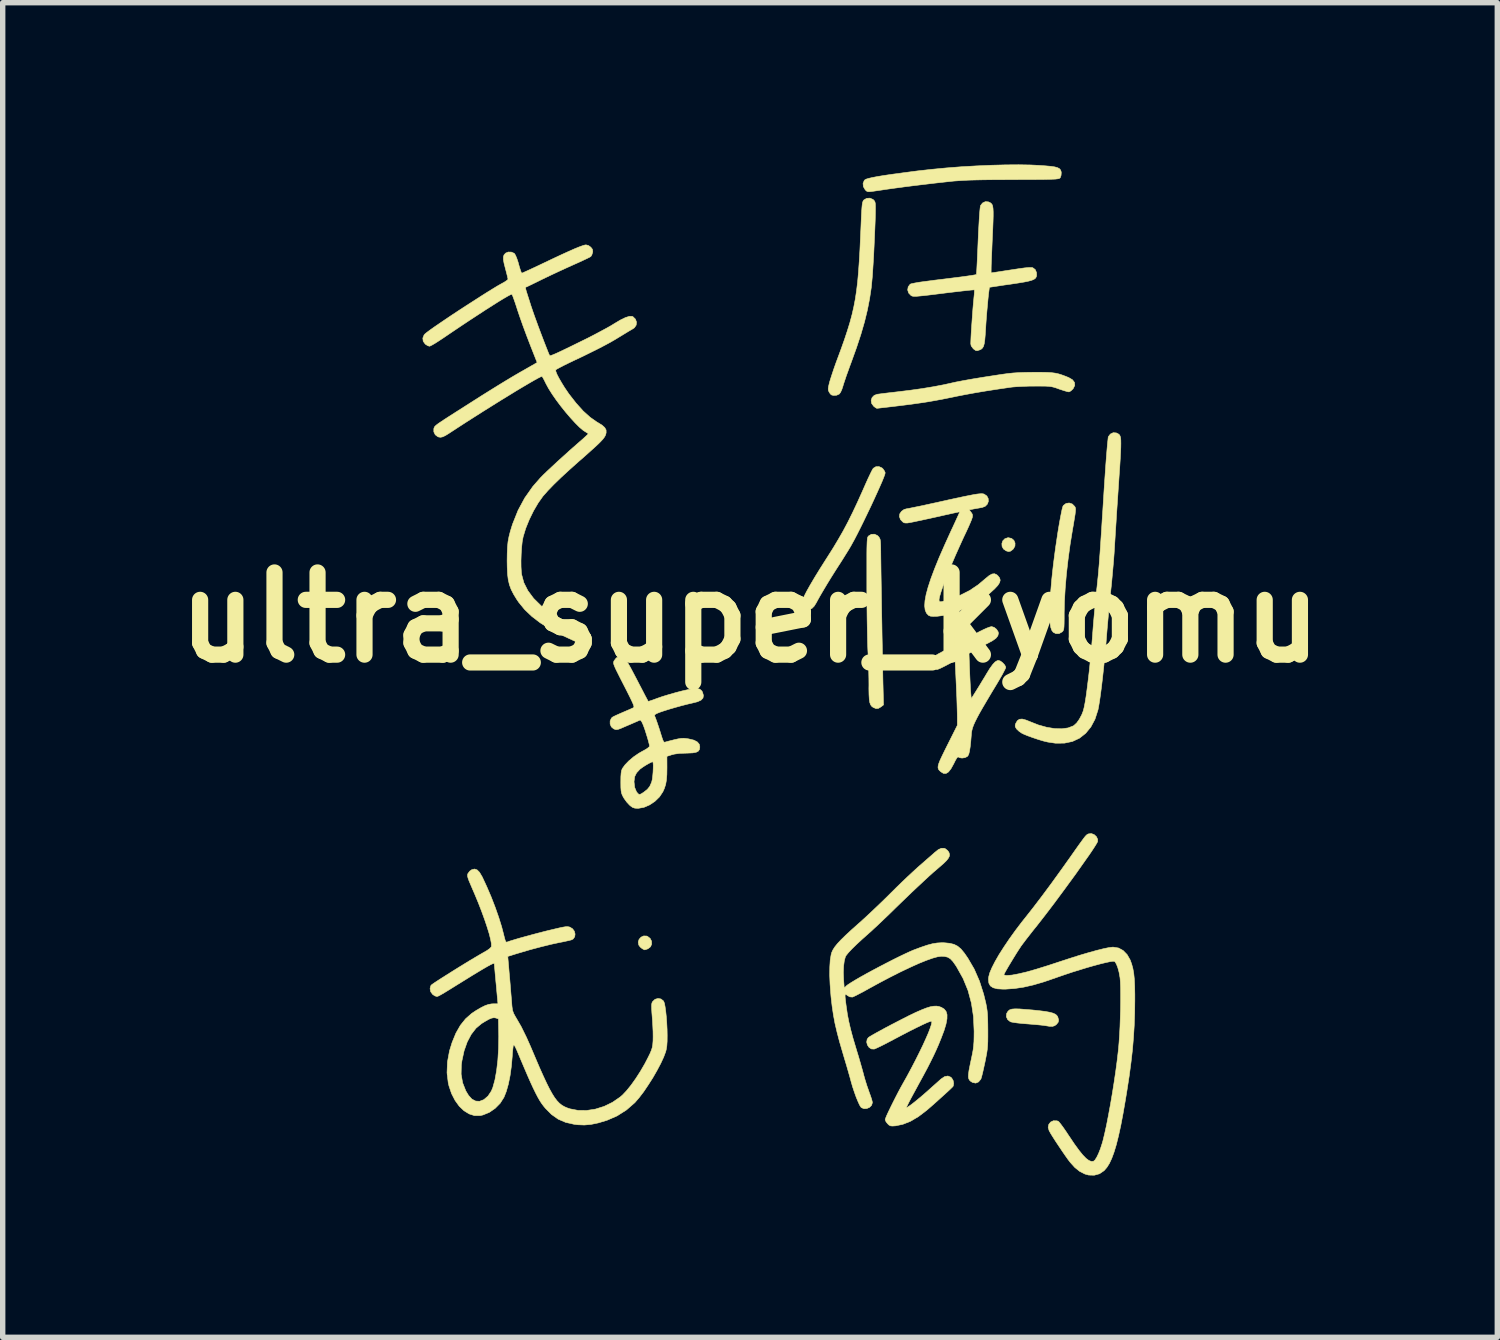
<source format=kicad_pcb>
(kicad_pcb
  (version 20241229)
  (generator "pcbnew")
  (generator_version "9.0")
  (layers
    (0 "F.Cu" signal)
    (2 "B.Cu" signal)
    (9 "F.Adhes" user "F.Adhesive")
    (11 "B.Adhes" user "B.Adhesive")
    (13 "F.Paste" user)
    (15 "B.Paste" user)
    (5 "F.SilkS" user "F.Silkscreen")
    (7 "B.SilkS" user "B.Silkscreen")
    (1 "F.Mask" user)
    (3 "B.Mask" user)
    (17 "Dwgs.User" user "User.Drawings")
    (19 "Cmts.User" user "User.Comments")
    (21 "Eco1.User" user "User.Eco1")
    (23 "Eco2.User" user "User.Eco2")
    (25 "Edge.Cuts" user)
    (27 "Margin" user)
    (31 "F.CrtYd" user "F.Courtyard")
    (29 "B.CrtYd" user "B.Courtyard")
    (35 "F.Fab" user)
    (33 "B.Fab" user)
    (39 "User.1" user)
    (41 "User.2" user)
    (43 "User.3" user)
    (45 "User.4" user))
  (footprint "ultra_super_kyomu"
    (layer "F.Cu")
    (at 10.857 8.399)
    (property "Reference" "ultra_super_kyomu" (at 0 0 0) (layer "F.SilkS") (effects (font (size 1.524 1.524) (thickness 0.3))))
    (attr through_hole)
    (fp_poly (pts (xy 4.851 -1.465) (xy 4.893 -1.429) (xy 4.914 -1.379) (xy 4.912 -1.324) (xy 4.883 -1.272) (xy 4.87 -1.259) (xy 4.829 -1.229) (xy 4.793 -1.222) (xy 4.749 -1.235) (xy 4.699 -1.27) (xy 4.673 -1.318) (xy 4.67 -1.371) (xy 4.687 -1.421) (xy 4.724 -1.459) (xy 4.778 -1.478) (xy 4.792 -1.479) (xy 4.851 -1.465)) (stroke (width 0.01) (type solid)) (fill yes) (layer "F.SilkS"))
    (fp_poly (pts (xy -1.917 5.907) (xy -1.901 5.913) (xy -1.852 5.951) (xy -1.826 6.002) (xy -1.824 6.057) (xy -1.845 6.106) (xy -1.89 6.141) (xy -1.9 6.146) (xy -1.936 6.158) (xy -1.954 6.163) (xy -1.954 6.163) (xy -1.969 6.157) (xy -1.998 6.142) (xy -2.037 6.11) (xy -2.063 6.074) (xy -2.073 6.019) (xy -2.057 5.968) (xy -2.021 5.928) (xy -1.972 5.905) (xy -1.917 5.907)) (stroke (width 0.01) (type solid)) (fill yes) (layer "F.SilkS"))
    (fp_poly (pts (xy 5 7.259) (xy 5.073 7.265) (xy 5.236 7.278) (xy 5.368 7.292) (xy 5.473 7.305) (xy 5.555 7.32) (xy 5.615 7.336) (xy 5.658 7.355) (xy 5.686 7.376) (xy 5.704 7.402) (xy 5.707 7.41) (xy 5.722 7.464) (xy 5.714 7.505) (xy 5.682 7.545) (xy 5.648 7.57) (xy 5.608 7.582) (xy 5.552 7.581) (xy 5.478 7.569) (xy 5.438 7.563) (xy 5.371 7.556) (xy 5.286 7.548) (xy 5.191 7.54) (xy 5.139 7.536) (xy 5.044 7.528) (xy 4.957 7.519) (xy 4.887 7.509) (xy 4.84 7.5) (xy 4.826 7.495) (xy 4.777 7.456) (xy 4.753 7.404) (xy 4.757 7.347) (xy 4.762 7.337) (xy 4.784 7.301) (xy 4.813 7.276) (xy 4.855 7.262) (xy 4.915 7.257) (xy 5 7.259)) (stroke (width 0.01) (type solid)) (fill yes) (layer "F.SilkS"))
    (fp_poly (pts (xy 5.975 -2.104) (xy 6.02 -2.059) (xy 6.029 -2.044) (xy 6.034 -2.026) (xy 6.036 -2.001) (xy 6.033 -1.964) (xy 6.027 -1.91) (xy 6.015 -1.837) (xy 5.999 -1.738) (xy 5.978 -1.618) (xy 5.934 -1.346) (xy 5.897 -1.072) (xy 5.866 -0.8) (xy 5.844 -0.54) (xy 5.83 -0.297) (xy 5.825 -0.083) (xy 5.825 0.027) (xy 5.824 0.109) (xy 5.822 0.167) (xy 5.818 0.206) (xy 5.812 0.232) (xy 5.803 0.25) (xy 5.79 0.264) (xy 5.786 0.268) (xy 5.731 0.299) (xy 5.67 0.299) (xy 5.622 0.274) (xy 5.596 0.24) (xy 5.576 0.184) (xy 5.563 0.105) (xy 5.557 0.000282) (xy 5.556 -0.131) (xy 5.563 -0.29) (xy 5.575 -0.479) (xy 5.594 -0.7) (xy 5.597 -0.729) (xy 5.611 -0.859) (xy 5.627 -1) (xy 5.646 -1.147) (xy 5.666 -1.297) (xy 5.688 -1.444) (xy 5.709 -1.585) (xy 5.731 -1.717) (xy 5.752 -1.834) (xy 5.771 -1.933) (xy 5.787 -2.009) (xy 5.801 -2.059) (xy 5.81 -2.076) (xy 5.86 -2.114) (xy 5.918 -2.123) (xy 5.975 -2.104)) (stroke (width 0.01) (type solid)) (fill yes) (layer "F.SilkS"))
    (fp_poly (pts (xy 2.446 -2.773) (xy 2.466 -2.754) (xy 2.493 -2.715) (xy 2.506 -2.683) (xy 2.506 -2.681) (xy 2.499 -2.651) (xy 2.478 -2.594) (xy 2.446 -2.516) (xy 2.403 -2.418) (xy 2.353 -2.307) (xy 2.297 -2.184) (xy 2.237 -2.055) (xy 2.174 -1.924) (xy 2.111 -1.793) (xy 2.049 -1.667) (xy 1.99 -1.55) (xy 1.936 -1.446) (xy 1.888 -1.359) (xy 1.867 -1.321) (xy 1.824 -1.249) (xy 1.769 -1.161) (xy 1.71 -1.066) (xy 1.653 -0.977) (xy 1.652 -0.976) (xy 1.581 -0.865) (xy 1.506 -0.746) (xy 1.433 -0.627) (xy 1.365 -0.513) (xy 1.305 -0.411) (xy 1.257 -0.326) (xy 1.23 -0.275) (xy 1.189 -0.209) (xy 1.147 -0.167) (xy 1.109 -0.154) (xy 1.106 -0.155) (xy 1.08 -0.16) (xy 1.054 -0.164) (xy 1.01 -0.188) (xy 0.977 -0.233) (xy 0.965 -0.284) (xy 0.975 -0.326) (xy 1.004 -0.394) (xy 1.051 -0.487) (xy 1.117 -0.604) (xy 1.199 -0.743) (xy 1.298 -0.904) (xy 1.412 -1.084) (xy 1.439 -1.126) (xy 1.544 -1.292) (xy 1.639 -1.451) (xy 1.729 -1.608) (xy 1.815 -1.77) (xy 1.901 -1.943) (xy 1.99 -2.132) (xy 2.085 -2.343) (xy 2.142 -2.472) (xy 2.182 -2.562) (xy 2.22 -2.642) (xy 2.252 -2.708) (xy 2.276 -2.752) (xy 2.287 -2.767) (xy 2.335 -2.796) (xy 2.392 -2.797) (xy 2.446 -2.773)) (stroke (width 0.01) (type solid)) (fill yes) (layer "F.SilkS"))
    (fp_poly (pts (xy 2.364 -1.518) (xy 2.382 -1.5) (xy 2.401 -1.474) (xy 2.413 -1.445) (xy 2.419 -1.403) (xy 2.422 -1.341) (xy 2.423 -1.299) (xy 2.424 -1.221) (xy 2.425 -1.113) (xy 2.427 -0.98) (xy 2.429 -0.825) (xy 2.432 -0.652) (xy 2.435 -0.467) (xy 2.438 -0.272) (xy 2.441 -0.072) (xy 2.445 0.129) (xy 2.448 0.328) (xy 2.452 0.518) (xy 2.455 0.698) (xy 2.458 0.862) (xy 2.461 1.007) (xy 2.463 1.128) (xy 2.465 1.222) (xy 2.466 1.255) (xy 2.475 1.621) (xy 2.429 1.657) (xy 2.38 1.686) (xy 2.335 1.689) (xy 2.283 1.667) (xy 2.256 1.647) (xy 2.235 1.618) (xy 2.22 1.575) (xy 2.211 1.514) (xy 2.206 1.43) (xy 2.204 1.32) (xy 2.205 1.253) (xy 2.204 1.136) (xy 2.201 0.998) (xy 2.197 0.855) (xy 2.191 0.719) (xy 2.188 0.66) (xy 2.184 0.581) (xy 2.18 0.473) (xy 2.177 0.34) (xy 2.174 0.187) (xy 2.171 0.019) (xy 2.169 -0.159) (xy 2.167 -0.344) (xy 2.166 -0.529) (xy 2.166 -0.565) (xy 2.166 -0.764) (xy 2.166 -0.932) (xy 2.166 -1.071) (xy 2.166 -1.185) (xy 2.167 -1.276) (xy 2.169 -1.347) (xy 2.171 -1.401) (xy 2.174 -1.44) (xy 2.177 -1.468) (xy 2.182 -1.487) (xy 2.188 -1.499) (xy 2.195 -1.508) (xy 2.199 -1.512) (xy 2.25 -1.542) (xy 2.309 -1.544) (xy 2.364 -1.518)) (stroke (width 0.01) (type solid)) (fill yes) (layer "F.SilkS"))
    (fp_poly (pts (xy 5.206 -8.39) (xy 5.347 -8.383) (xy 5.477 -8.374) (xy 5.578 -8.365) (xy 5.652 -8.354) (xy 5.704 -8.339) (xy 5.739 -8.32) (xy 5.759 -8.295) (xy 5.769 -8.264) (xy 5.771 -8.246) (xy 5.767 -8.196) (xy 5.753 -8.156) (xy 5.752 -8.154) (xy 5.745 -8.147) (xy 5.736 -8.141) (xy 5.72 -8.136) (xy 5.695 -8.132) (xy 5.659 -8.128) (xy 5.608 -8.126) (xy 5.539 -8.124) (xy 5.451 -8.122) (xy 5.339 -8.121) (xy 5.201 -8.12) (xy 5.034 -8.12) (xy 4.883 -8.119) (xy 4.667 -8.118) (xy 4.48 -8.117) (xy 4.32 -8.115) (xy 4.183 -8.112) (xy 4.064 -8.109) (xy 3.96 -8.104) (xy 3.867 -8.098) (xy 3.782 -8.092) (xy 3.742 -8.088) (xy 3.595 -8.072) (xy 3.424 -8.053) (xy 3.239 -8.031) (xy 3.048 -8.008) (xy 2.859 -7.984) (xy 2.681 -7.96) (xy 2.523 -7.938) (xy 2.432 -7.924) (xy 2.335 -7.91) (xy 2.266 -7.9) (xy 2.219 -7.895) (xy 2.189 -7.895) (xy 2.169 -7.901) (xy 2.153 -7.912) (xy 2.137 -7.929) (xy 2.134 -7.933) (xy 2.102 -7.988) (xy 2.096 -8.048) (xy 2.118 -8.102) (xy 2.128 -8.113) (xy 2.152 -8.127) (xy 2.197 -8.141) (xy 2.266 -8.157) (xy 2.36 -8.175) (xy 2.481 -8.195) (xy 2.63 -8.217) (xy 2.809 -8.241) (xy 3.02 -8.269) (xy 3.106 -8.28) (xy 3.366 -8.309) (xy 3.638 -8.335) (xy 3.917 -8.357) (xy 4.197 -8.373) (xy 4.472 -8.385) (xy 4.736 -8.392) (xy 4.982 -8.394) (xy 5.206 -8.39)) (stroke (width 0.01) (type solid)) (fill yes) (layer "F.SilkS"))
    (fp_poly (pts (xy 2.28 -7.751) (xy 2.291 -7.741) (xy 2.307 -7.723) (xy 2.317 -7.703) (xy 2.323 -7.673) (xy 2.325 -7.627) (xy 2.325 -7.558) (xy 2.324 -7.488) (xy 2.321 -7.363) (xy 2.315 -7.214) (xy 2.308 -7.048) (xy 2.3 -6.874) (xy 2.292 -6.703) (xy 2.282 -6.541) (xy 2.273 -6.399) (xy 2.268 -6.325) (xy 2.248 -6.116) (xy 2.217 -5.91) (xy 2.176 -5.7) (xy 2.123 -5.482) (xy 2.056 -5.251) (xy 1.974 -5.002) (xy 1.876 -4.73) (xy 1.858 -4.682) (xy 1.822 -4.582) (xy 1.786 -4.483) (xy 1.756 -4.393) (xy 1.732 -4.322) (xy 1.724 -4.293) (xy 1.703 -4.229) (xy 1.679 -4.176) (xy 1.657 -4.145) (xy 1.656 -4.144) (xy 1.607 -4.121) (xy 1.547 -4.117) (xy 1.511 -4.126) (xy 1.488 -4.146) (xy 1.465 -4.182) (xy 1.453 -4.21) (xy 1.45 -4.239) (xy 1.455 -4.279) (xy 1.469 -4.339) (xy 1.475 -4.363) (xy 1.493 -4.423) (xy 1.52 -4.507) (xy 1.553 -4.606) (xy 1.59 -4.711) (xy 1.62 -4.792) (xy 1.691 -4.984) (xy 1.753 -5.159) (xy 1.806 -5.319) (xy 1.852 -5.469) (xy 1.891 -5.614) (xy 1.924 -5.758) (xy 1.952 -5.904) (xy 1.975 -6.058) (xy 1.995 -6.222) (xy 2.011 -6.402) (xy 2.025 -6.601) (xy 2.038 -6.824) (xy 2.049 -7.075) (xy 2.055 -7.201) (xy 2.061 -7.345) (xy 2.066 -7.46) (xy 2.071 -7.548) (xy 2.076 -7.613) (xy 2.081 -7.661) (xy 2.087 -7.693) (xy 2.094 -7.715) (xy 2.102 -7.73) (xy 2.112 -7.742) (xy 2.164 -7.772) (xy 2.224 -7.775) (xy 2.28 -7.751)) (stroke (width 0.01) (type solid)) (fill yes) (layer "F.SilkS"))
    (fp_poly (pts (xy 5.405 -4.546) (xy 5.508 -4.544) (xy 5.591 -4.539) (xy 5.66 -4.53) (xy 5.723 -4.516) (xy 5.786 -4.496) (xy 5.856 -4.47) (xy 5.911 -4.447) (xy 5.979 -4.407) (xy 6.016 -4.358) (xy 6.021 -4.303) (xy 5.993 -4.245) (xy 5.986 -4.236) (xy 5.95 -4.202) (xy 5.918 -4.184) (xy 5.911 -4.183) (xy 5.883 -4.188) (xy 5.831 -4.203) (xy 5.766 -4.224) (xy 5.73 -4.236) (xy 5.675 -4.256) (xy 5.629 -4.27) (xy 5.585 -4.28) (xy 5.536 -4.286) (xy 5.476 -4.289) (xy 5.396 -4.29) (xy 5.29 -4.29) (xy 5.283 -4.29) (xy 5.173 -4.289) (xy 5.063 -4.285) (xy 4.962 -4.28) (xy 4.879 -4.274) (xy 4.843 -4.27) (xy 4.596 -4.234) (xy 4.377 -4.2) (xy 4.18 -4.167) (xy 3.999 -4.134) (xy 3.829 -4.101) (xy 3.802 -4.095) (xy 3.62 -4.058) (xy 3.457 -4.027) (xy 3.305 -4) (xy 3.153 -3.977) (xy 2.991 -3.954) (xy 2.809 -3.931) (xy 2.726 -3.921) (xy 2.618 -3.908) (xy 2.523 -3.897) (xy 2.443 -3.888) (xy 2.385 -3.881) (xy 2.354 -3.878) (xy 2.35 -3.878) (xy 2.331 -3.888) (xy 2.298 -3.912) (xy 2.293 -3.917) (xy 2.255 -3.968) (xy 2.246 -4.024) (xy 2.263 -4.077) (xy 2.303 -4.118) (xy 2.36 -4.139) (xy 2.394 -4.143) (xy 2.454 -4.151) (xy 2.536 -4.161) (xy 2.631 -4.172) (xy 2.726 -4.183) (xy 2.964 -4.212) (xy 3.192 -4.244) (xy 3.403 -4.279) (xy 3.592 -4.315) (xy 3.709 -4.341) (xy 3.822 -4.366) (xy 3.963 -4.393) (xy 4.133 -4.423) (xy 4.334 -4.456) (xy 4.567 -4.492) (xy 4.665 -4.507) (xy 4.775 -4.522) (xy 4.878 -4.533) (xy 4.985 -4.54) (xy 5.104 -4.544) (xy 5.246 -4.546) (xy 5.275 -4.546) (xy 5.405 -4.546)) (stroke (width 0.01) (type solid)) (fill yes) (layer "F.SilkS"))
    (fp_poly (pts (xy 3.502 7.213) (xy 3.545 7.228) (xy 3.546 7.228) (xy 3.6 7.261) (xy 3.635 7.305) (xy 3.653 7.365) (xy 3.652 7.441) (xy 3.634 7.538) (xy 3.598 7.658) (xy 3.543 7.803) (xy 3.535 7.823) (xy 3.493 7.926) (xy 3.449 8.026) (xy 3.401 8.129) (xy 3.347 8.238) (xy 3.285 8.36) (xy 3.211 8.498) (xy 3.123 8.659) (xy 3.087 8.726) (xy 3.033 8.825) (xy 2.985 8.914) (xy 2.946 8.989) (xy 2.918 9.045) (xy 2.902 9.079) (xy 2.9 9.087) (xy 2.918 9.081) (xy 2.957 9.056) (xy 3.013 9.015) (xy 3.083 8.959) (xy 3.163 8.893) (xy 3.249 8.819) (xy 3.3 8.774) (xy 3.371 8.71) (xy 3.439 8.65) (xy 3.497 8.598) (xy 3.537 8.562) (xy 3.543 8.557) (xy 3.609 8.513) (xy 3.669 8.502) (xy 3.722 8.524) (xy 3.739 8.54) (xy 3.766 8.585) (xy 3.776 8.639) (xy 3.768 8.687) (xy 3.763 8.696) (xy 3.746 8.714) (xy 3.708 8.751) (xy 3.654 8.801) (xy 3.589 8.86) (xy 3.517 8.925) (xy 3.445 8.99) (xy 3.375 9.052) (xy 3.313 9.106) (xy 3.277 9.137) (xy 3.122 9.255) (xy 2.975 9.342) (xy 2.833 9.398) (xy 2.698 9.426) (xy 2.64 9.43) (xy 2.604 9.426) (xy 2.577 9.412) (xy 2.553 9.389) (xy 2.522 9.351) (xy 2.507 9.315) (xy 2.506 9.31) (xy 2.514 9.285) (xy 2.534 9.235) (xy 2.566 9.166) (xy 2.606 9.083) (xy 2.651 8.992) (xy 2.699 8.897) (xy 2.747 8.804) (xy 2.793 8.718) (xy 2.824 8.662) (xy 2.91 8.509) (xy 2.992 8.356) (xy 3.07 8.206) (xy 3.141 8.064) (xy 3.206 7.93) (xy 3.261 7.809) (xy 3.307 7.703) (xy 3.341 7.614) (xy 3.363 7.547) (xy 3.371 7.503) (xy 3.364 7.485) (xy 3.362 7.485) (xy 3.332 7.493) (xy 3.274 7.516) (xy 3.192 7.554) (xy 3.087 7.605) (xy 2.963 7.667) (xy 2.821 7.741) (xy 2.684 7.813) (xy 2.584 7.866) (xy 2.492 7.914) (xy 2.412 7.954) (xy 2.35 7.983) (xy 2.311 8) (xy 2.301 8.003) (xy 2.249 8) (xy 2.206 7.971) (xy 2.176 7.926) (xy 2.163 7.873) (xy 2.172 7.821) (xy 2.194 7.79) (xy 2.218 7.773) (xy 2.267 7.744) (xy 2.337 7.704) (xy 2.425 7.656) (xy 2.524 7.602) (xy 2.615 7.554) (xy 2.793 7.462) (xy 2.944 7.385) (xy 3.071 7.324) (xy 3.178 7.277) (xy 3.267 7.242) (xy 3.341 7.219) (xy 3.403 7.208) (xy 3.456 7.206) (xy 3.502 7.213)) (stroke (width 0.01) (type solid)) (fill yes) (layer "F.SilkS"))
    (fp_poly (pts (xy 4.319 -2.293) (xy 4.339 -2.288) (xy 4.341 -2.287) (xy 4.391 -2.253) (xy 4.416 -2.206) (xy 4.419 -2.152) (xy 4.4 -2.101) (xy 4.36 -2.061) (xy 4.305 -2.04) (xy 4.25 -2.03) (xy 4.182 -2.018) (xy 4.153 -2.013) (xy 4.065 -1.996) (xy 4.101 -1.947) (xy 4.115 -1.927) (xy 4.123 -1.909) (xy 4.126 -1.887) (xy 4.122 -1.857) (xy 4.109 -1.817) (xy 4.086 -1.761) (xy 4.053 -1.685) (xy 4.008 -1.587) (xy 3.958 -1.482) (xy 3.883 -1.317) (xy 3.81 -1.154) (xy 3.742 -0.995) (xy 3.68 -0.845) (xy 3.625 -0.707) (xy 3.579 -0.584) (xy 3.543 -0.48) (xy 3.518 -0.398) (xy 3.506 -0.342) (xy 3.505 -0.329) (xy 3.507 -0.306) (xy 3.518 -0.293) (xy 3.541 -0.291) (xy 3.582 -0.3) (xy 3.647 -0.319) (xy 3.712 -0.341) (xy 3.904 -0.415) (xy 4.074 -0.501) (xy 4.23 -0.606) (xy 4.363 -0.718) (xy 4.432 -0.775) (xy 4.487 -0.806) (xy 4.533 -0.811) (xy 4.575 -0.792) (xy 4.598 -0.771) (xy 4.628 -0.732) (xy 4.639 -0.692) (xy 4.628 -0.648) (xy 4.595 -0.595) (xy 4.536 -0.532) (xy 4.452 -0.455) (xy 4.425 -0.432) (xy 4.309 -0.345) (xy 4.172 -0.262) (xy 4.022 -0.186) (xy 3.867 -0.12) (xy 3.714 -0.069) (xy 3.572 -0.035) (xy 3.471 -0.022) (xy 3.397 -0.02) (xy 3.347 -0.024) (xy 3.314 -0.037) (xy 3.309 -0.04) (xy 3.271 -0.081) (xy 3.247 -0.139) (xy 3.238 -0.215) (xy 3.244 -0.309) (xy 3.265 -0.425) (xy 3.302 -0.562) (xy 3.354 -0.721) (xy 3.423 -0.905) (xy 3.508 -1.114) (xy 3.611 -1.349) (xy 3.73 -1.611) (xy 3.765 -1.685) (xy 3.805 -1.772) (xy 3.84 -1.849) (xy 3.867 -1.908) (xy 3.884 -1.947) (xy 3.889 -1.959) (xy 3.872 -1.956) (xy 3.828 -1.947) (xy 3.763 -1.933) (xy 3.683 -1.915) (xy 3.64 -1.906) (xy 3.527 -1.88) (xy 3.396 -1.851) (xy 3.263 -1.822) (xy 3.145 -1.796) (xy 3.137 -1.795) (xy 3.039 -1.774) (xy 2.969 -1.76) (xy 2.92 -1.752) (xy 2.887 -1.751) (xy 2.864 -1.754) (xy 2.845 -1.762) (xy 2.836 -1.768) (xy 2.79 -1.815) (xy 2.77 -1.871) (xy 2.776 -1.92) (xy 2.808 -1.967) (xy 2.856 -2.002) (xy 2.903 -2.015) (xy 2.927 -2.019) (xy 2.979 -2.029) (xy 3.057 -2.045) (xy 3.156 -2.065) (xy 3.271 -2.09) (xy 3.399 -2.118) (xy 3.504 -2.141) (xy 3.687 -2.182) (xy 3.84 -2.215) (xy 3.966 -2.242) (xy 4.067 -2.262) (xy 4.148 -2.278) (xy 4.21 -2.288) (xy 4.258 -2.293) (xy 4.293 -2.295) (xy 4.319 -2.293)) (stroke (width 0.01) (type solid)) (fill yes) (layer "F.SilkS"))
    (fp_poly (pts (xy 6.791 -3.422) (xy 6.803 -3.417) (xy 6.823 -3.407) (xy 6.839 -3.396) (xy 6.853 -3.382) (xy 6.863 -3.361) (xy 6.871 -3.331) (xy 6.875 -3.289) (xy 6.876 -3.232) (xy 6.875 -3.158) (xy 6.871 -3.063) (xy 6.865 -2.946) (xy 6.856 -2.802) (xy 6.844 -2.629) (xy 6.833 -2.463) (xy 6.821 -2.284) (xy 6.809 -2.103) (xy 6.797 -1.927) (xy 6.787 -1.761) (xy 6.777 -1.608) (xy 6.769 -1.475) (xy 6.762 -1.366) (xy 6.758 -1.295) (xy 6.751 -1.186) (xy 6.741 -1.052) (xy 6.728 -0.903) (xy 6.714 -0.748) (xy 6.7 -0.597) (xy 6.69 -0.508) (xy 6.675 -0.36) (xy 6.659 -0.199) (xy 6.644 -0.036) (xy 6.63 0.119) (xy 6.618 0.257) (xy 6.613 0.322) (xy 6.601 0.473) (xy 6.587 0.635) (xy 6.571 0.801) (xy 6.553 0.968) (xy 6.535 1.131) (xy 6.517 1.284) (xy 6.499 1.423) (xy 6.482 1.543) (xy 6.466 1.64) (xy 6.453 1.709) (xy 6.451 1.716) (xy 6.396 1.887) (xy 6.319 2.031) (xy 6.223 2.148) (xy 6.109 2.238) (xy 5.978 2.299) (xy 5.83 2.33) (xy 5.667 2.332) (xy 5.52 2.31) (xy 5.437 2.29) (xy 5.341 2.261) (xy 5.243 2.228) (xy 5.151 2.195) (xy 5.076 2.164) (xy 5.036 2.144) (xy 4.987 2.11) (xy 4.945 2.07) (xy 4.939 2.063) (xy 4.918 2.026) (xy 4.917 1.994) (xy 4.927 1.965) (xy 4.956 1.915) (xy 4.994 1.888) (xy 5.045 1.883) (xy 5.114 1.901) (xy 5.189 1.931) (xy 5.346 1.993) (xy 5.5 2.036) (xy 5.646 2.06) (xy 5.78 2.064) (xy 5.897 2.048) (xy 5.993 2.011) (xy 6.008 2.001) (xy 6.057 1.956) (xy 6.106 1.887) (xy 6.151 1.803) (xy 6.178 1.734) (xy 6.194 1.673) (xy 6.212 1.582) (xy 6.231 1.464) (xy 6.25 1.323) (xy 6.27 1.162) (xy 6.291 0.985) (xy 6.31 0.796) (xy 6.329 0.598) (xy 6.346 0.395) (xy 6.358 0.237) (xy 6.369 0.098) (xy 6.383 -0.06) (xy 6.398 -0.225) (xy 6.414 -0.383) (xy 6.426 -0.5) (xy 6.435 -0.576) (xy 6.442 -0.646) (xy 6.449 -0.713) (xy 6.456 -0.778) (xy 6.462 -0.845) (xy 6.468 -0.917) (xy 6.475 -0.997) (xy 6.481 -1.087) (xy 6.489 -1.19) (xy 6.497 -1.308) (xy 6.506 -1.446) (xy 6.517 -1.605) (xy 6.528 -1.788) (xy 6.542 -1.999) (xy 6.557 -2.239) (xy 6.563 -2.337) (xy 6.575 -2.519) (xy 6.587 -2.691) (xy 6.598 -2.849) (xy 6.609 -2.992) (xy 6.619 -3.115) (xy 6.628 -3.216) (xy 6.636 -3.291) (xy 6.641 -3.338) (xy 6.645 -3.353) (xy 6.682 -3.401) (xy 6.734 -3.426) (xy 6.791 -3.422)) (stroke (width 0.01) (type solid)) (fill yes) (layer "F.SilkS"))
    (fp_poly (pts (xy 3.988 0.138) (xy 4 0.149) (xy 4.027 0.192) (xy 4.042 0.26) (xy 4.043 0.278) (xy 4.049 0.33) (xy 4.057 0.364) (xy 4.062 0.372) (xy 4.082 0.364) (xy 4.116 0.342) (xy 4.123 0.338) (xy 4.181 0.302) (xy 4.25 0.264) (xy 4.323 0.228) (xy 4.391 0.197) (xy 4.446 0.177) (xy 4.479 0.169) (xy 4.527 0.184) (xy 4.571 0.219) (xy 4.6 0.265) (xy 4.606 0.294) (xy 4.595 0.34) (xy 4.561 0.384) (xy 4.499 0.429) (xy 4.437 0.463) (xy 4.367 0.499) (xy 4.284 0.542) (xy 4.204 0.586) (xy 4.193 0.592) (xy 4.06 0.666) (xy 4.071 0.964) (xy 4.075 1.071) (xy 4.08 1.178) (xy 4.085 1.273) (xy 4.089 1.35) (xy 4.092 1.384) (xy 4.102 1.507) (xy 4.194 1.36) (xy 4.245 1.278) (xy 4.303 1.182) (xy 4.36 1.089) (xy 4.382 1.051) (xy 4.446 0.947) (xy 4.5 0.872) (xy 4.545 0.824) (xy 4.585 0.8) (xy 4.606 0.796) (xy 4.644 0.809) (xy 4.686 0.841) (xy 4.722 0.881) (xy 4.741 0.919) (xy 4.741 0.927) (xy 4.733 0.951) (xy 4.709 0.998) (xy 4.674 1.065) (xy 4.628 1.144) (xy 4.578 1.229) (xy 4.474 1.401) (xy 4.387 1.548) (xy 4.314 1.672) (xy 4.255 1.775) (xy 4.209 1.861) (xy 4.173 1.933) (xy 4.146 1.993) (xy 4.127 2.044) (xy 4.115 2.089) (xy 4.107 2.131) (xy 4.104 2.166) (xy 4.093 2.299) (xy 4.082 2.401) (xy 4.07 2.477) (xy 4.057 2.53) (xy 4.041 2.564) (xy 4.028 2.578) (xy 3.985 2.599) (xy 3.932 2.607) (xy 3.885 2.6) (xy 3.865 2.588) (xy 3.852 2.587) (xy 3.833 2.608) (xy 3.806 2.654) (xy 3.777 2.713) (xy 3.726 2.805) (xy 3.679 2.865) (xy 3.633 2.893) (xy 3.586 2.891) (xy 3.536 2.86) (xy 3.533 2.857) (xy 3.509 2.834) (xy 3.493 2.812) (xy 3.486 2.786) (xy 3.488 2.752) (xy 3.5 2.708) (xy 3.524 2.647) (xy 3.561 2.568) (xy 3.611 2.465) (xy 3.657 2.373) (xy 3.844 2) (xy 3.844 1.851) (xy 3.843 1.792) (xy 3.841 1.707) (xy 3.838 1.6) (xy 3.834 1.48) (xy 3.828 1.351) (xy 3.824 1.251) (xy 3.803 0.8) (xy 3.649 0.882) (xy 3.581 0.917) (xy 3.523 0.945) (xy 3.481 0.962) (xy 3.467 0.965) (xy 3.423 0.951) (xy 3.382 0.914) (xy 3.354 0.866) (xy 3.347 0.833) (xy 3.35 0.799) (xy 3.362 0.771) (xy 3.387 0.742) (xy 3.429 0.711) (xy 3.493 0.674) (xy 3.582 0.626) (xy 3.598 0.618) (xy 3.794 0.516) (xy 3.789 0.352) (xy 3.788 0.275) (xy 3.789 0.223) (xy 3.795 0.19) (xy 3.807 0.167) (xy 3.822 0.15) (xy 3.874 0.119) (xy 3.933 0.115) (xy 3.988 0.138)) (stroke (width 0.01) (type solid)) (fill yes) (layer "F.SilkS"))
    (fp_poly (pts (xy 4.42 -7.706) (xy 4.432 -7.701) (xy 4.456 -7.689) (xy 4.475 -7.674) (xy 4.49 -7.653) (xy 4.5 -7.623) (xy 4.506 -7.58) (xy 4.509 -7.521) (xy 4.509 -7.441) (xy 4.506 -7.338) (xy 4.501 -7.207) (xy 4.495 -7.078) (xy 4.489 -6.945) (xy 4.484 -6.818) (xy 4.479 -6.704) (xy 4.475 -6.607) (xy 4.472 -6.532) (xy 4.471 -6.484) (xy 4.471 -6.476) (xy 4.47 -6.389) (xy 4.619 -6.411) (xy 4.696 -6.423) (xy 4.794 -6.438) (xy 4.899 -6.454) (xy 4.985 -6.467) (xy 5.094 -6.482) (xy 5.176 -6.489) (xy 5.229 -6.488) (xy 5.242 -6.485) (xy 5.288 -6.451) (xy 5.312 -6.395) (xy 5.314 -6.346) (xy 5.308 -6.317) (xy 5.294 -6.292) (xy 5.268 -6.272) (xy 5.228 -6.254) (xy 5.168 -6.237) (xy 5.086 -6.22) (xy 4.977 -6.202) (xy 4.839 -6.181) (xy 4.826 -6.179) (xy 4.717 -6.164) (xy 4.619 -6.149) (xy 4.539 -6.137) (xy 4.479 -6.128) (xy 4.446 -6.123) (xy 4.441 -6.122) (xy 4.436 -6.103) (xy 4.43 -6.056) (xy 4.421 -5.986) (xy 4.412 -5.898) (xy 4.403 -5.797) (xy 4.393 -5.689) (xy 4.384 -5.58) (xy 4.376 -5.473) (xy 4.37 -5.376) (xy 4.369 -5.36) (xy 4.361 -5.238) (xy 4.353 -5.146) (xy 4.343 -5.078) (xy 4.33 -5.03) (xy 4.312 -4.998) (xy 4.289 -4.976) (xy 4.259 -4.961) (xy 4.257 -4.961) (xy 4.214 -4.947) (xy 4.185 -4.95) (xy 4.152 -4.973) (xy 4.139 -4.984) (xy 4.101 -5.035) (xy 4.093 -5.073) (xy 4.094 -5.119) (xy 4.097 -5.192) (xy 4.102 -5.286) (xy 4.109 -5.393) (xy 4.117 -5.507) (xy 4.125 -5.62) (xy 4.133 -5.727) (xy 4.141 -5.819) (xy 4.148 -5.892) (xy 4.15 -5.915) (xy 4.157 -5.983) (xy 4.161 -6.037) (xy 4.161 -6.069) (xy 4.16 -6.074) (xy 4.141 -6.074) (xy 4.093 -6.07) (xy 4.02 -6.063) (xy 3.925 -6.052) (xy 3.812 -6.039) (xy 3.685 -6.024) (xy 3.589 -6.012) (xy 3.436 -5.993) (xy 3.313 -5.978) (xy 3.217 -5.967) (xy 3.143 -5.96) (xy 3.088 -5.955) (xy 3.049 -5.954) (xy 3.022 -5.956) (xy 3.004 -5.96) (xy 2.99 -5.967) (xy 2.986 -5.969) (xy 2.941 -6.016) (xy 2.923 -6.073) (xy 2.933 -6.131) (xy 2.97 -6.18) (xy 2.997 -6.189) (xy 3.054 -6.201) (xy 3.139 -6.216) (xy 3.249 -6.231) (xy 3.381 -6.248) (xy 3.4 -6.251) (xy 3.59 -6.274) (xy 3.758 -6.295) (xy 3.901 -6.313) (xy 4.019 -6.329) (xy 4.108 -6.342) (xy 4.167 -6.352) (xy 4.195 -6.358) (xy 4.197 -6.359) (xy 4.199 -6.377) (xy 4.203 -6.425) (xy 4.207 -6.499) (xy 4.212 -6.595) (xy 4.217 -6.71) (xy 4.223 -6.84) (xy 4.229 -6.98) (xy 4.236 -7.139) (xy 4.244 -7.282) (xy 4.251 -7.405) (xy 4.258 -7.505) (xy 4.265 -7.58) (xy 4.271 -7.625) (xy 4.274 -7.637) (xy 4.311 -7.685) (xy 4.363 -7.71) (xy 4.42 -7.706)) (stroke (width 0.01) (type solid)) (fill yes) (layer "F.SilkS"))
    (fp_poly (pts (xy 6.382 4.027) (xy 6.423 4.065) (xy 6.446 4.114) (xy 6.445 4.155) (xy 6.431 4.183) (xy 6.399 4.236) (xy 6.351 4.31) (xy 6.289 4.402) (xy 6.214 4.508) (xy 6.13 4.627) (xy 6.039 4.756) (xy 5.941 4.89) (xy 5.841 5.027) (xy 5.739 5.165) (xy 5.639 5.3) (xy 5.541 5.429) (xy 5.449 5.549) (xy 5.364 5.658) (xy 5.322 5.712) (xy 5.247 5.805) (xy 5.176 5.896) (xy 5.112 5.978) (xy 5.06 6.047) (xy 5.023 6.097) (xy 5.015 6.11) (xy 4.978 6.166) (xy 4.934 6.235) (xy 4.886 6.313) (xy 4.838 6.392) (xy 4.793 6.467) (xy 4.754 6.534) (xy 4.725 6.586) (xy 4.709 6.617) (xy 4.707 6.623) (xy 4.722 6.633) (xy 4.759 6.638) (xy 4.766 6.638) (xy 4.857 6.631) (xy 4.979 6.608) (xy 5.132 6.572) (xy 5.314 6.52) (xy 5.526 6.454) (xy 5.69 6.4) (xy 5.901 6.331) (xy 6.095 6.269) (xy 6.27 6.217) (xy 6.421 6.175) (xy 6.549 6.143) (xy 6.65 6.122) (xy 6.722 6.113) (xy 6.736 6.113) (xy 6.833 6.129) (xy 6.919 6.176) (xy 6.992 6.251) (xy 7.049 6.351) (xy 7.05 6.353) (xy 7.077 6.429) (xy 7.099 6.51) (xy 7.115 6.601) (xy 7.126 6.708) (xy 7.132 6.835) (xy 7.135 6.987) (xy 7.135 7.095) (xy 7.132 7.335) (xy 7.124 7.564) (xy 7.11 7.789) (xy 7.091 8.015) (xy 7.064 8.25) (xy 7.031 8.5) (xy 6.989 8.772) (xy 6.96 8.949) (xy 6.916 9.202) (xy 6.874 9.423) (xy 6.832 9.614) (xy 6.791 9.778) (xy 6.749 9.916) (xy 6.707 10.03) (xy 6.663 10.124) (xy 6.617 10.197) (xy 6.568 10.254) (xy 6.565 10.257) (xy 6.48 10.315) (xy 6.383 10.342) (xy 6.279 10.339) (xy 6.21 10.32) (xy 6.113 10.271) (xy 6.02 10.196) (xy 5.936 10.102) (xy 5.897 10.051) (xy 5.846 9.979) (xy 5.788 9.895) (xy 5.727 9.804) (xy 5.667 9.714) (xy 5.614 9.631) (xy 5.572 9.563) (xy 5.546 9.516) (xy 5.528 9.454) (xy 5.54 9.399) (xy 5.574 9.356) (xy 5.625 9.332) (xy 5.688 9.333) (xy 5.715 9.341) (xy 5.732 9.358) (xy 5.765 9.399) (xy 5.809 9.459) (xy 5.861 9.534) (xy 5.917 9.619) (xy 5.919 9.621) (xy 6.015 9.764) (xy 6.098 9.878) (xy 6.169 9.966) (xy 6.23 10.029) (xy 6.282 10.068) (xy 6.327 10.086) (xy 6.368 10.084) (xy 6.369 10.083) (xy 6.396 10.06) (xy 6.428 10.01) (xy 6.463 9.938) (xy 6.498 9.849) (xy 6.53 9.75) (xy 6.544 9.701) (xy 6.576 9.569) (xy 6.611 9.41) (xy 6.646 9.23) (xy 6.682 9.035) (xy 6.717 8.83) (xy 6.75 8.623) (xy 6.78 8.42) (xy 6.806 8.226) (xy 6.827 8.047) (xy 6.833 7.993) (xy 6.843 7.873) (xy 6.852 7.736) (xy 6.86 7.587) (xy 6.865 7.432) (xy 6.87 7.276) (xy 6.872 7.125) (xy 6.872 6.985) (xy 6.871 6.861) (xy 6.867 6.758) (xy 6.861 6.683) (xy 6.859 6.671) (xy 6.842 6.576) (xy 6.819 6.492) (xy 6.793 6.426) (xy 6.767 6.384) (xy 6.758 6.377) (xy 6.731 6.374) (xy 6.676 6.382) (xy 6.596 6.399) (xy 6.497 6.423) (xy 6.382 6.454) (xy 6.255 6.49) (xy 6.121 6.531) (xy 5.982 6.574) (xy 5.844 6.62) (xy 5.71 6.666) (xy 5.671 6.68) (xy 5.45 6.756) (xy 5.252 6.814) (xy 5.072 6.855) (xy 4.904 6.88) (xy 4.745 6.891) (xy 4.698 6.892) (xy 4.589 6.886) (xy 4.509 6.866) (xy 4.456 6.831) (xy 4.428 6.779) (xy 4.421 6.706) (xy 4.426 6.662) (xy 4.445 6.59) (xy 4.485 6.495) (xy 4.543 6.381) (xy 4.617 6.252) (xy 4.707 6.111) (xy 4.808 5.961) (xy 4.92 5.805) (xy 5.04 5.647) (xy 5.107 5.563) (xy 5.251 5.38) (xy 5.411 5.17) (xy 5.587 4.933) (xy 5.779 4.667) (xy 5.943 4.437) (xy 6.025 4.32) (xy 6.09 4.228) (xy 6.141 4.158) (xy 6.179 4.106) (xy 6.207 4.069) (xy 6.228 4.045) (xy 6.244 4.03) (xy 6.257 4.021) (xy 6.27 4.015) (xy 6.275 4.013) (xy 6.33 4.007) (xy 6.382 4.027)) (stroke (width 0.01) (type solid)) (fill yes) (layer "F.SilkS"))
    (fp_poly (pts (xy -2.373 0.726) (xy -2.358 0.732) (xy -2.342 0.741) (xy -2.325 0.756) (xy -2.306 0.78) (xy -2.282 0.816) (xy -2.252 0.866) (xy -2.214 0.934) (xy -2.167 1.023) (xy -2.107 1.137) (xy -2.038 1.27) (xy -1.992 1.358) (xy -1.952 1.436) (xy -1.919 1.498) (xy -1.897 1.539) (xy -1.888 1.555) (xy -1.871 1.552) (xy -1.829 1.539) (xy -1.77 1.518) (xy -1.725 1.501) (xy -1.624 1.466) (xy -1.506 1.43) (xy -1.38 1.394) (xy -1.257 1.362) (xy -1.146 1.337) (xy -1.069 1.323) (xy -0.989 1.316) (xy -0.932 1.329) (xy -0.895 1.361) (xy -0.882 1.383) (xy -0.864 1.445) (xy -0.872 1.494) (xy -0.909 1.533) (xy -0.975 1.563) (xy -1.058 1.584) (xy -1.153 1.606) (xy -1.267 1.635) (xy -1.389 1.669) (xy -1.509 1.704) (xy -1.615 1.738) (xy -1.682 1.761) (xy -1.737 1.784) (xy -1.764 1.802) (xy -1.77 1.819) (xy -1.768 1.826) (xy -1.747 1.88) (xy -1.72 1.956) (xy -1.691 2.042) (xy -1.663 2.13) (xy -1.642 2.198) (xy -1.619 2.268) (xy -1.6 2.306) (xy -1.584 2.314) (xy -1.559 2.307) (xy -1.509 2.293) (xy -1.444 2.277) (xy -1.41 2.268) (xy -1.334 2.251) (xy -1.277 2.242) (xy -1.228 2.24) (xy -1.173 2.246) (xy -1.135 2.252) (xy -1.04 2.275) (xy -0.976 2.309) (xy -0.94 2.353) (xy -0.931 2.401) (xy -0.937 2.446) (xy -0.958 2.478) (xy -0.998 2.499) (xy -1.062 2.511) (xy -1.154 2.515) (xy -1.183 2.516) (xy -1.309 2.52) (xy -1.405 2.534) (xy -1.452 2.546) (xy -1.541 2.575) (xy -1.54 2.782) (xy -1.542 2.911) (xy -1.55 3.014) (xy -1.565 3.099) (xy -1.59 3.174) (xy -1.616 3.232) (xy -1.679 3.327) (xy -1.764 3.41) (xy -1.863 3.476) (xy -1.968 3.521) (xy -2.071 3.539) (xy -2.079 3.539) (xy -2.135 3.536) (xy -2.176 3.523) (xy -2.217 3.494) (xy -2.236 3.477) (xy -2.286 3.423) (xy -2.333 3.358) (xy -2.351 3.328) (xy -2.371 3.288) (xy -2.384 3.251) (xy -2.391 3.208) (xy -2.395 3.151) (xy -2.396 3.071) (xy -2.396 3.048) (xy -2.396 3.046) (xy -2.151 3.046) (xy -2.139 3.151) (xy -2.106 3.231) (xy -2.087 3.255) (xy -2.065 3.277) (xy -2.045 3.282) (xy -2.017 3.27) (xy -1.973 3.242) (xy -1.904 3.188) (xy -1.859 3.132) (xy -1.827 3.06) (xy -1.821 3.041) (xy -1.811 2.997) (xy -1.804 2.937) (xy -1.798 2.869) (xy -1.795 2.801) (xy -1.794 2.74) (xy -1.797 2.696) (xy -1.803 2.676) (xy -1.804 2.675) (xy -1.831 2.684) (xy -1.877 2.707) (xy -1.931 2.738) (xy -1.986 2.773) (xy -2.03 2.805) (xy -2.041 2.813) (xy -2.104 2.881) (xy -2.139 2.951) (xy -2.15 3.036) (xy -2.151 3.046) (xy -2.396 3.046) (xy -2.395 2.953) (xy -2.39 2.885) (xy -2.382 2.838) (xy -2.369 2.804) (xy -2.368 2.802) (xy -2.318 2.733) (xy -2.246 2.658) (xy -2.158 2.584) (xy -2.063 2.519) (xy -2.002 2.484) (xy -1.936 2.448) (xy -1.889 2.416) (xy -1.865 2.393) (xy -1.863 2.388) (xy -1.868 2.356) (xy -1.882 2.3) (xy -1.902 2.229) (xy -1.926 2.152) (xy -1.95 2.076) (xy -1.974 2.01) (xy -1.984 1.985) (xy -2.006 1.937) (xy -2.027 1.908) (xy -2.039 1.902) (xy -2.061 1.912) (xy -2.107 1.932) (xy -2.171 1.96) (xy -2.247 1.993) (xy -2.255 1.996) (xy -2.341 2.033) (xy -2.401 2.059) (xy -2.443 2.074) (xy -2.472 2.079) (xy -2.494 2.078) (xy -2.516 2.07) (xy -2.53 2.064) (xy -2.572 2.028) (xy -2.594 1.975) (xy -2.594 1.918) (xy -2.57 1.867) (xy -2.554 1.851) (xy -2.53 1.837) (xy -2.482 1.814) (xy -2.417 1.785) (xy -2.362 1.761) (xy -2.29 1.73) (xy -2.227 1.703) (xy -2.181 1.682) (xy -2.163 1.674) (xy -2.155 1.666) (xy -2.153 1.653) (xy -2.158 1.63) (xy -2.172 1.594) (xy -2.196 1.541) (xy -2.231 1.469) (xy -2.279 1.373) (xy -2.339 1.256) (xy -2.401 1.135) (xy -2.448 1.041) (xy -2.484 0.969) (xy -2.508 0.916) (xy -2.523 0.878) (xy -2.53 0.851) (xy -2.53 0.831) (xy -2.526 0.815) (xy -2.521 0.804) (xy -2.481 0.751) (xy -2.43 0.724) (xy -2.373 0.726)) (stroke (width 0.01) (type solid)) (fill yes) (layer "F.SilkS"))
    (fp_poly (pts (xy 3.6 4.28) (xy 3.621 4.288) (xy 3.662 4.32) (xy 3.687 4.354) (xy 3.698 4.389) (xy 3.697 4.423) (xy 3.679 4.461) (xy 3.644 4.507) (xy 3.587 4.563) (xy 3.506 4.633) (xy 3.459 4.674) (xy 3.395 4.728) (xy 3.312 4.803) (xy 3.215 4.893) (xy 3.107 4.994) (xy 2.993 5.101) (xy 2.878 5.212) (xy 2.795 5.292) (xy 2.686 5.398) (xy 2.579 5.503) (xy 2.476 5.601) (xy 2.383 5.69) (xy 2.302 5.765) (xy 2.239 5.824) (xy 2.201 5.857) (xy 2.081 5.964) (xy 1.977 6.06) (xy 1.891 6.144) (xy 1.826 6.213) (xy 1.784 6.265) (xy 1.769 6.289) (xy 1.748 6.365) (xy 1.735 6.465) (xy 1.73 6.583) (xy 1.735 6.709) (xy 1.735 6.715) (xy 1.747 6.873) (xy 1.784 6.833) (xy 1.814 6.809) (xy 1.871 6.772) (xy 1.95 6.724) (xy 2.046 6.668) (xy 2.157 6.606) (xy 2.277 6.541) (xy 2.403 6.474) (xy 2.53 6.408) (xy 2.655 6.344) (xy 2.772 6.286) (xy 2.879 6.235) (xy 2.97 6.193) (xy 3.031 6.167) (xy 3.17 6.115) (xy 3.285 6.076) (xy 3.382 6.05) (xy 3.468 6.036) (xy 3.55 6.031) (xy 3.605 6.032) (xy 3.703 6.042) (xy 3.782 6.061) (xy 3.849 6.095) (xy 3.911 6.147) (xy 3.973 6.222) (xy 4.038 6.316) (xy 4.157 6.52) (xy 4.254 6.742) (xy 4.332 6.986) (xy 4.372 7.15) (xy 4.386 7.221) (xy 4.396 7.288) (xy 4.403 7.361) (xy 4.407 7.445) (xy 4.409 7.55) (xy 4.41 7.654) (xy 4.41 7.772) (xy 4.409 7.864) (xy 4.405 7.94) (xy 4.399 8.009) (xy 4.389 8.078) (xy 4.374 8.157) (xy 4.355 8.254) (xy 4.354 8.255) (xy 4.334 8.349) (xy 4.315 8.433) (xy 4.298 8.501) (xy 4.285 8.546) (xy 4.28 8.56) (xy 4.237 8.612) (xy 4.185 8.634) (xy 4.126 8.622) (xy 4.092 8.601) (xy 4.07 8.58) (xy 4.056 8.554) (xy 4.049 8.519) (xy 4.051 8.469) (xy 4.06 8.4) (xy 4.078 8.307) (xy 4.101 8.198) (xy 4.122 8.098) (xy 4.137 8.016) (xy 4.146 7.942) (xy 4.152 7.865) (xy 4.154 7.774) (xy 4.155 7.671) (xy 4.143 7.401) (xy 4.105 7.151) (xy 4.042 6.916) (xy 3.951 6.694) (xy 3.831 6.479) (xy 3.817 6.457) (xy 3.763 6.38) (xy 3.715 6.329) (xy 3.665 6.299) (xy 3.606 6.285) (xy 3.548 6.282) (xy 3.479 6.291) (xy 3.385 6.317) (xy 3.267 6.359) (xy 3.126 6.416) (xy 2.967 6.488) (xy 2.79 6.572) (xy 2.598 6.669) (xy 2.393 6.777) (xy 2.201 6.882) (xy 2.114 6.931) (xy 2.034 6.973) (xy 1.967 7.008) (xy 1.92 7.03) (xy 1.899 7.039) (xy 1.849 7.034) (xy 1.811 7.012) (xy 1.788 6.996) (xy 1.773 6.989) (xy 1.765 6.994) (xy 1.762 7.017) (xy 1.765 7.06) (xy 1.773 7.129) (xy 1.786 7.227) (xy 1.787 7.231) (xy 1.806 7.363) (xy 1.832 7.496) (xy 1.865 7.637) (xy 1.907 7.794) (xy 1.96 7.972) (xy 1.98 8.039) (xy 2.013 8.146) (xy 2.045 8.257) (xy 2.075 8.362) (xy 2.099 8.449) (xy 2.107 8.481) (xy 2.134 8.576) (xy 2.167 8.682) (xy 2.201 8.778) (xy 2.209 8.802) (xy 2.235 8.873) (xy 2.256 8.936) (xy 2.267 8.982) (xy 2.269 8.996) (xy 2.254 9.045) (xy 2.217 9.083) (xy 2.166 9.105) (xy 2.113 9.108) (xy 2.066 9.089) (xy 2.055 9.078) (xy 2.031 9.04) (xy 2.002 8.976) (xy 1.968 8.894) (xy 1.934 8.799) (xy 1.901 8.7) (xy 1.873 8.602) (xy 1.869 8.587) (xy 1.851 8.521) (xy 1.825 8.43) (xy 1.794 8.322) (xy 1.759 8.205) (xy 1.724 8.087) (xy 1.717 8.063) (xy 1.659 7.864) (xy 1.613 7.688) (xy 1.575 7.526) (xy 1.546 7.369) (xy 1.522 7.207) (xy 1.502 7.033) (xy 1.498 6.985) (xy 1.484 6.8) (xy 1.477 6.63) (xy 1.479 6.479) (xy 1.487 6.352) (xy 1.504 6.251) (xy 1.516 6.209) (xy 1.538 6.162) (xy 1.571 6.11) (xy 1.62 6.049) (xy 1.686 5.978) (xy 1.772 5.894) (xy 1.88 5.794) (xy 2.011 5.677) (xy 2.024 5.666) (xy 2.116 5.583) (xy 2.224 5.483) (xy 2.34 5.373) (xy 2.458 5.26) (xy 2.568 5.152) (xy 2.616 5.104) (xy 2.716 5.005) (xy 2.821 4.903) (xy 2.926 4.803) (xy 3.024 4.712) (xy 3.108 4.635) (xy 3.15 4.598) (xy 3.226 4.532) (xy 3.299 4.468) (xy 3.361 4.414) (xy 3.408 4.373) (xy 3.424 4.358) (xy 3.492 4.304) (xy 3.549 4.279) (xy 3.6 4.28)) (stroke (width 0.01) (type solid)) (fill yes) (layer "F.SilkS"))
    (fp_poly (pts (xy -5.061 4.68) (xy -5.016 4.725) (xy -4.97 4.803) (xy -4.966 4.809) (xy -4.882 4.99) (xy -4.8 5.181) (xy -4.725 5.375) (xy -4.659 5.563) (xy -4.605 5.737) (xy -4.572 5.864) (xy -4.553 5.94) (xy -4.539 5.989) (xy -4.526 6.014) (xy -4.513 6.021) (xy -4.506 6.019) (xy -4.459 6.002) (xy -4.384 5.979) (xy -4.287 5.95) (xy -4.175 5.919) (xy -4.051 5.885) (xy -3.923 5.851) (xy -3.795 5.818) (xy -3.746 5.806) (xy -3.628 5.778) (xy -3.539 5.757) (xy -3.473 5.743) (xy -3.425 5.735) (xy -3.39 5.733) (xy -3.363 5.736) (xy -3.342 5.741) (xy -3.291 5.772) (xy -3.258 5.817) (xy -3.244 5.87) (xy -3.251 5.921) (xy -3.28 5.961) (xy -3.306 5.976) (xy -3.337 5.985) (xy -3.394 5.998) (xy -3.467 6.014) (xy -3.539 6.028) (xy -3.697 6.062) (xy -3.878 6.107) (xy -4.074 6.159) (xy -4.274 6.218) (xy -4.325 6.233) (xy -4.492 6.285) (xy -4.482 6.398) (xy -4.475 6.477) (xy -4.467 6.575) (xy -4.457 6.686) (xy -4.447 6.803) (xy -4.438 6.918) (xy -4.429 7.025) (xy -4.421 7.117) (xy -4.416 7.187) (xy -4.413 7.218) (xy -4.404 7.283) (xy -4.383 7.343) (xy -4.345 7.412) (xy -4.339 7.421) (xy -4.243 7.587) (xy -4.146 7.784) (xy -4.072 7.95) (xy -3.982 8.162) (xy -3.904 8.345) (xy -3.834 8.501) (xy -3.773 8.632) (xy -3.718 8.742) (xy -3.668 8.832) (xy -3.622 8.905) (xy -3.578 8.962) (xy -3.534 9.008) (xy -3.49 9.043) (xy -3.442 9.071) (xy -3.391 9.093) (xy -3.338 9.111) (xy -3.189 9.14) (xy -3.029 9.141) (xy -2.866 9.116) (xy -2.704 9.065) (xy -2.55 8.99) (xy -2.409 8.893) (xy -2.365 8.855) (xy -2.29 8.776) (xy -2.206 8.672) (xy -2.119 8.55) (xy -2.032 8.415) (xy -1.95 8.274) (xy -1.893 8.164) (xy -1.854 8.085) (xy -1.829 8.025) (xy -1.813 7.974) (xy -1.804 7.923) (xy -1.799 7.86) (xy -1.798 7.843) (xy -1.797 7.772) (xy -1.798 7.678) (xy -1.803 7.572) (xy -1.809 7.464) (xy -1.812 7.43) (xy -1.82 7.328) (xy -1.824 7.254) (xy -1.825 7.203) (xy -1.823 7.167) (xy -1.817 7.143) (xy -1.807 7.124) (xy -1.805 7.121) (xy -1.761 7.08) (xy -1.706 7.064) (xy -1.651 7.074) (xy -1.605 7.111) (xy -1.601 7.118) (xy -1.587 7.154) (xy -1.575 7.218) (xy -1.563 7.304) (xy -1.552 7.407) (xy -1.544 7.52) (xy -1.538 7.638) (xy -1.536 7.747) (xy -1.537 7.859) (xy -1.543 7.946) (xy -1.555 8.017) (xy -1.564 8.052) (xy -1.601 8.151) (xy -1.656 8.27) (xy -1.725 8.4) (xy -1.803 8.536) (xy -1.888 8.669) (xy -1.973 8.795) (xy -2.057 8.905) (xy -2.133 8.993) (xy -2.139 8.999) (xy -2.293 9.133) (xy -2.465 9.242) (xy -2.649 9.322) (xy -2.661 9.326) (xy -2.814 9.372) (xy -2.949 9.4) (xy -3.073 9.411) (xy -3.197 9.406) (xy -3.26 9.398) (xy -3.419 9.362) (xy -3.558 9.302) (xy -3.681 9.215) (xy -3.794 9.101) (xy -3.83 9.057) (xy -3.865 9.01) (xy -3.9 8.956) (xy -3.936 8.893) (xy -3.975 8.818) (xy -4.019 8.728) (xy -4.069 8.62) (xy -4.126 8.491) (xy -4.191 8.339) (xy -4.267 8.16) (xy -4.322 8.029) (xy -4.351 7.966) (xy -4.372 7.931) (xy -4.385 7.926) (xy -4.386 7.928) (xy -4.392 7.953) (xy -4.398 8.004) (xy -4.405 8.073) (xy -4.409 8.136) (xy -4.425 8.32) (xy -4.449 8.494) (xy -4.481 8.653) (xy -4.52 8.79) (xy -4.563 8.898) (xy -4.633 9.008) (xy -4.726 9.102) (xy -4.835 9.177) (xy -4.953 9.225) (xy -5.006 9.237) (xy -5.108 9.237) (xy -5.208 9.205) (xy -5.304 9.146) (xy -5.392 9.062) (xy -5.469 8.955) (xy -5.534 8.829) (xy -5.582 8.687) (xy -5.596 8.627) (xy -5.615 8.468) (xy -5.357 8.468) (xy -5.329 8.629) (xy -5.27 8.778) (xy -5.22 8.861) (xy -5.158 8.93) (xy -5.088 8.967) (xy -5.015 8.971) (xy -4.939 8.942) (xy -4.936 8.941) (xy -4.859 8.875) (xy -4.798 8.784) (xy -4.77 8.719) (xy -4.73 8.575) (xy -4.699 8.403) (xy -4.676 8.207) (xy -4.663 7.994) (xy -4.659 7.768) (xy -4.66 7.714) (xy -4.665 7.443) (xy -4.712 7.427) (xy -4.748 7.421) (xy -4.792 7.429) (xy -4.849 7.453) (xy -4.923 7.496) (xy -4.978 7.53) (xy -5.081 7.616) (xy -5.17 7.731) (xy -5.244 7.871) (xy -5.302 8.035) (xy -5.342 8.22) (xy -5.353 8.297) (xy -5.357 8.468) (xy -5.615 8.468) (xy -5.618 8.44) (xy -5.61 8.241) (xy -5.572 8.035) (xy -5.524 7.88) (xy -5.453 7.707) (xy -5.371 7.563) (xy -5.275 7.443) (xy -5.162 7.343) (xy -5.075 7.285) (xy -4.983 7.232) (xy -4.91 7.196) (xy -4.848 7.175) (xy -4.79 7.165) (xy -4.748 7.163) (xy -4.674 7.163) (xy -4.683 7.065) (xy -4.688 7.013) (xy -4.695 6.937) (xy -4.703 6.844) (xy -4.713 6.745) (xy -4.716 6.706) (xy -4.725 6.614) (xy -4.732 6.533) (xy -4.738 6.469) (xy -4.741 6.43) (xy -4.741 6.421) (xy -4.748 6.415) (xy -4.769 6.419) (xy -4.806 6.436) (xy -4.862 6.466) (xy -4.938 6.51) (xy -5.037 6.569) (xy -5.161 6.644) (xy -5.283 6.72) (xy -5.416 6.802) (xy -5.522 6.868) (xy -5.606 6.92) (xy -5.67 6.959) (xy -5.718 6.987) (xy -5.752 7.006) (xy -5.775 7.018) (xy -5.79 7.024) (xy -5.801 7.027) (xy -5.81 7.027) (xy -5.81 7.027) (xy -5.843 7.017) (xy -5.882 6.991) (xy -5.886 6.988) (xy -5.921 6.94) (xy -5.933 6.883) (xy -5.92 6.831) (xy -5.911 6.817) (xy -5.891 6.801) (xy -5.846 6.77) (xy -5.78 6.727) (xy -5.698 6.674) (xy -5.604 6.615) (xy -5.501 6.55) (xy -5.395 6.484) (xy -5.289 6.419) (xy -5.188 6.357) (xy -5.095 6.302) (xy -5.015 6.255) (xy -4.953 6.219) (xy -4.875 6.174) (xy -4.825 6.138) (xy -4.8 6.111) (xy -4.795 6.098) (xy -4.796 6.045) (xy -4.811 5.965) (xy -4.837 5.862) (xy -4.875 5.739) (xy -4.922 5.599) (xy -4.977 5.448) (xy -5.039 5.288) (xy -5.108 5.122) (xy -5.139 5.051) (xy -5.18 4.955) (xy -5.21 4.885) (xy -5.228 4.835) (xy -5.237 4.801) (xy -5.238 4.776) (xy -5.234 4.756) (xy -5.229 4.746) (xy -5.197 4.704) (xy -5.16 4.677) (xy -5.108 4.664) (xy -5.061 4.68)) (stroke (width 0.01) (type solid)) (fill yes) (layer "F.SilkS"))
    (fp_poly (pts (xy -2.994 -6.896) (xy -2.952 -6.865) (xy -2.923 -6.828) (xy -2.916 -6.789) (xy -2.919 -6.768) (xy -2.933 -6.724) (xy -2.951 -6.694) (xy -2.972 -6.681) (xy -3.02 -6.657) (xy -3.088 -6.625) (xy -3.172 -6.586) (xy -3.266 -6.544) (xy -3.277 -6.539) (xy -3.397 -6.485) (xy -3.532 -6.423) (xy -3.669 -6.359) (xy -3.795 -6.299) (xy -3.859 -6.268) (xy -3.948 -6.224) (xy -4.028 -6.185) (xy -4.092 -6.154) (xy -4.135 -6.133) (xy -4.153 -6.126) (xy -4.159 -6.123) (xy -4.162 -6.116) (xy -4.161 -6.102) (xy -4.156 -6.077) (xy -4.144 -6.036) (xy -4.125 -5.976) (xy -4.098 -5.892) (xy -4.063 -5.781) (xy -4.052 -5.749) (xy -4.029 -5.681) (xy -3.999 -5.595) (xy -3.963 -5.496) (xy -3.924 -5.389) (xy -3.883 -5.28) (xy -3.842 -5.172) (xy -3.804 -5.073) (xy -3.77 -4.987) (xy -3.743 -4.918) (xy -3.724 -4.873) (xy -3.716 -4.859) (xy -3.71 -4.855) (xy -3.697 -4.856) (xy -3.674 -4.863) (xy -3.639 -4.877) (xy -3.588 -4.899) (xy -3.519 -4.931) (xy -3.429 -4.974) (xy -3.315 -5.029) (xy -3.175 -5.098) (xy -3.124 -5.123) (xy -3.002 -5.183) (xy -2.88 -5.246) (xy -2.764 -5.308) (xy -2.66 -5.364) (xy -2.575 -5.412) (xy -2.525 -5.443) (xy -2.406 -5.514) (xy -2.31 -5.561) (xy -2.236 -5.584) (xy -2.184 -5.583) (xy -2.171 -5.577) (xy -2.125 -5.532) (xy -2.105 -5.477) (xy -2.111 -5.421) (xy -2.144 -5.372) (xy -2.17 -5.354) (xy -2.204 -5.334) (xy -2.26 -5.301) (xy -2.329 -5.259) (xy -2.404 -5.213) (xy -2.406 -5.212) (xy -2.498 -5.156) (xy -2.593 -5.101) (xy -2.697 -5.045) (xy -2.814 -4.984) (xy -2.949 -4.917) (xy -3.105 -4.84) (xy -3.277 -4.759) (xy -3.373 -4.713) (xy -3.458 -4.671) (xy -3.527 -4.635) (xy -3.577 -4.608) (xy -3.601 -4.593) (xy -3.603 -4.591) (xy -3.6 -4.56) (xy -3.579 -4.507) (xy -3.543 -4.437) (xy -3.495 -4.354) (xy -3.439 -4.263) (xy -3.375 -4.169) (xy -3.36 -4.147) (xy -3.226 -3.975) (xy -3.094 -3.828) (xy -2.964 -3.711) (xy -2.84 -3.624) (xy -2.824 -3.615) (xy -2.744 -3.566) (xy -2.694 -3.521) (xy -2.669 -3.476) (xy -2.668 -3.426) (xy -2.676 -3.392) (xy -2.687 -3.366) (xy -2.704 -3.338) (xy -2.73 -3.304) (xy -2.767 -3.264) (xy -2.818 -3.213) (xy -2.885 -3.151) (xy -2.972 -3.073) (xy -3.079 -2.977) (xy -3.167 -2.901) (xy -3.345 -2.742) (xy -3.503 -2.597) (xy -3.638 -2.466) (xy -3.749 -2.351) (xy -3.835 -2.254) (xy -3.84 -2.248) (xy -3.928 -2.124) (xy -4.014 -1.977) (xy -4.093 -1.816) (xy -4.159 -1.653) (xy -4.207 -1.496) (xy -4.208 -1.49) (xy -4.224 -1.406) (xy -4.235 -1.299) (xy -4.243 -1.178) (xy -4.247 -1.054) (xy -4.246 -0.937) (xy -4.24 -0.837) (xy -4.235 -0.797) (xy -4.194 -0.645) (xy -4.12 -0.498) (xy -4.014 -0.355) (xy -3.875 -0.218) (xy -3.779 -0.14) (xy -3.721 -0.101) (xy -3.639 -0.051) (xy -3.541 0.004) (xy -3.433 0.062) (xy -3.324 0.118) (xy -3.219 0.169) (xy -3.128 0.211) (xy -3.065 0.237) (xy -2.996 0.275) (xy -2.956 0.327) (xy -2.947 0.389) (xy -2.957 0.431) (xy -2.979 0.457) (xy -3.017 0.484) (xy -3.057 0.503) (xy -3.077 0.507) (xy -3.097 0.501) (xy -3.141 0.483) (xy -3.203 0.458) (xy -3.26 0.434) (xy -3.501 0.323) (xy -3.711 0.212) (xy -3.892 0.098) (xy -4.047 -0.021) (xy -4.178 -0.146) (xy -4.287 -0.279) (xy -4.326 -0.336) (xy -4.384 -0.431) (xy -4.429 -0.519) (xy -4.461 -0.606) (xy -4.483 -0.699) (xy -4.496 -0.805) (xy -4.502 -0.933) (xy -4.504 -1.05) (xy -4.502 -1.19) (xy -4.497 -1.305) (xy -4.487 -1.406) (xy -4.469 -1.501) (xy -4.444 -1.599) (xy -4.409 -1.712) (xy -4.401 -1.736) (xy -4.301 -1.986) (xy -4.177 -2.216) (xy -4.027 -2.429) (xy -3.887 -2.589) (xy -3.834 -2.643) (xy -3.759 -2.715) (xy -3.667 -2.801) (xy -3.564 -2.897) (xy -3.452 -2.998) (xy -3.337 -3.102) (xy -3.223 -3.202) (xy -3.158 -3.259) (xy -3.098 -3.311) (xy -3.049 -3.356) (xy -3.015 -3.388) (xy -3.001 -3.403) (xy -3.011 -3.418) (xy -3.037 -3.433) (xy -3.092 -3.468) (xy -3.162 -3.527) (xy -3.241 -3.606) (xy -3.328 -3.701) (xy -3.418 -3.806) (xy -3.507 -3.917) (xy -3.592 -4.03) (xy -3.669 -4.141) (xy -3.734 -4.244) (xy -3.784 -4.336) (xy -3.787 -4.342) (xy -3.816 -4.401) (xy -3.84 -4.445) (xy -3.856 -4.469) (xy -3.859 -4.47) (xy -3.884 -4.461) (xy -3.934 -4.436) (xy -4.008 -4.395) (xy -4.101 -4.341) (xy -4.213 -4.275) (xy -4.34 -4.199) (xy -4.478 -4.114) (xy -4.627 -4.023) (xy -4.782 -3.926) (xy -4.942 -3.826) (xy -5.104 -3.723) (xy -5.264 -3.621) (xy -5.42 -3.52) (xy -5.57 -3.422) (xy -5.574 -3.419) (xy -5.645 -3.375) (xy -5.696 -3.35) (xy -5.737 -3.341) (xy -5.774 -3.346) (xy -5.791 -3.353) (xy -5.837 -3.388) (xy -5.863 -3.442) (xy -5.863 -3.5) (xy -5.859 -3.512) (xy -5.854 -3.526) (xy -5.846 -3.54) (xy -5.832 -3.554) (xy -5.81 -3.573) (xy -5.777 -3.598) (xy -5.729 -3.63) (xy -5.663 -3.674) (xy -5.576 -3.73) (xy -5.465 -3.801) (xy -5.41 -3.836) (xy -5.187 -3.978) (xy -4.989 -4.104) (xy -4.813 -4.214) (xy -4.655 -4.312) (xy -4.514 -4.398) (xy -4.384 -4.476) (xy -4.264 -4.546) (xy -4.219 -4.571) (xy -3.947 -4.727) (xy -3.982 -4.815) (xy -4.064 -5.023) (xy -4.141 -5.223) (xy -4.21 -5.409) (xy -4.269 -5.576) (xy -4.317 -5.718) (xy -4.325 -5.745) (xy -4.353 -5.83) (xy -4.379 -5.904) (xy -4.399 -5.958) (xy -4.413 -5.989) (xy -4.418 -5.994) (xy -4.442 -5.985) (xy -4.493 -5.958) (xy -4.567 -5.915) (xy -4.661 -5.858) (xy -4.773 -5.787) (xy -4.902 -5.705) (xy -5.043 -5.613) (xy -5.196 -5.513) (xy -5.357 -5.406) (xy -5.525 -5.293) (xy -5.687 -5.183) (xy -5.766 -5.131) (xy -5.836 -5.086) (xy -5.894 -5.052) (xy -5.932 -5.033) (xy -5.944 -5.029) (xy -5.978 -5.04) (xy -6.018 -5.066) (xy -6.022 -5.069) (xy -6.06 -5.121) (xy -6.067 -5.18) (xy -6.044 -5.237) (xy -6.027 -5.257) (xy -5.993 -5.285) (xy -5.934 -5.329) (xy -5.854 -5.386) (xy -5.756 -5.453) (xy -5.644 -5.529) (xy -5.522 -5.611) (xy -5.393 -5.696) (xy -5.261 -5.782) (xy -5.13 -5.866) (xy -5.004 -5.947) (xy -4.886 -6.022) (xy -4.779 -6.088) (xy -4.689 -6.143) (xy -4.617 -6.184) (xy -4.593 -6.197) (xy -4.541 -6.227) (xy -4.503 -6.254) (xy -4.487 -6.271) (xy -4.487 -6.272) (xy -4.492 -6.295) (xy -4.503 -6.343) (xy -4.52 -6.409) (xy -4.537 -6.474) (xy -4.561 -6.568) (xy -4.573 -6.636) (xy -4.573 -6.685) (xy -4.562 -6.721) (xy -4.538 -6.749) (xy -4.531 -6.756) (xy -4.483 -6.776) (xy -4.426 -6.775) (xy -4.375 -6.753) (xy -4.367 -6.746) (xy -4.348 -6.715) (xy -4.325 -6.66) (xy -4.301 -6.589) (xy -4.29 -6.548) (xy -4.27 -6.479) (xy -4.252 -6.424) (xy -4.238 -6.391) (xy -4.232 -6.384) (xy -4.213 -6.391) (xy -4.169 -6.411) (xy -4.102 -6.441) (xy -4.018 -6.48) (xy -3.92 -6.526) (xy -3.832 -6.568) (xy -3.647 -6.656) (xy -3.491 -6.729) (xy -3.361 -6.788) (xy -3.255 -6.835) (xy -3.172 -6.869) (xy -3.109 -6.892) (xy -3.066 -6.905) (xy -3.042 -6.909) (xy -2.994 -6.896)) (stroke (width 0.01) (type solid)) (fill yes) (layer "F.SilkS")))
  (gr_rect
    (start -3 -3)
    (end 24.713 21.746)
    (stroke (width 0.1) (type default))
    (fill no)
    (layer "Edge.Cuts")))
</source>
